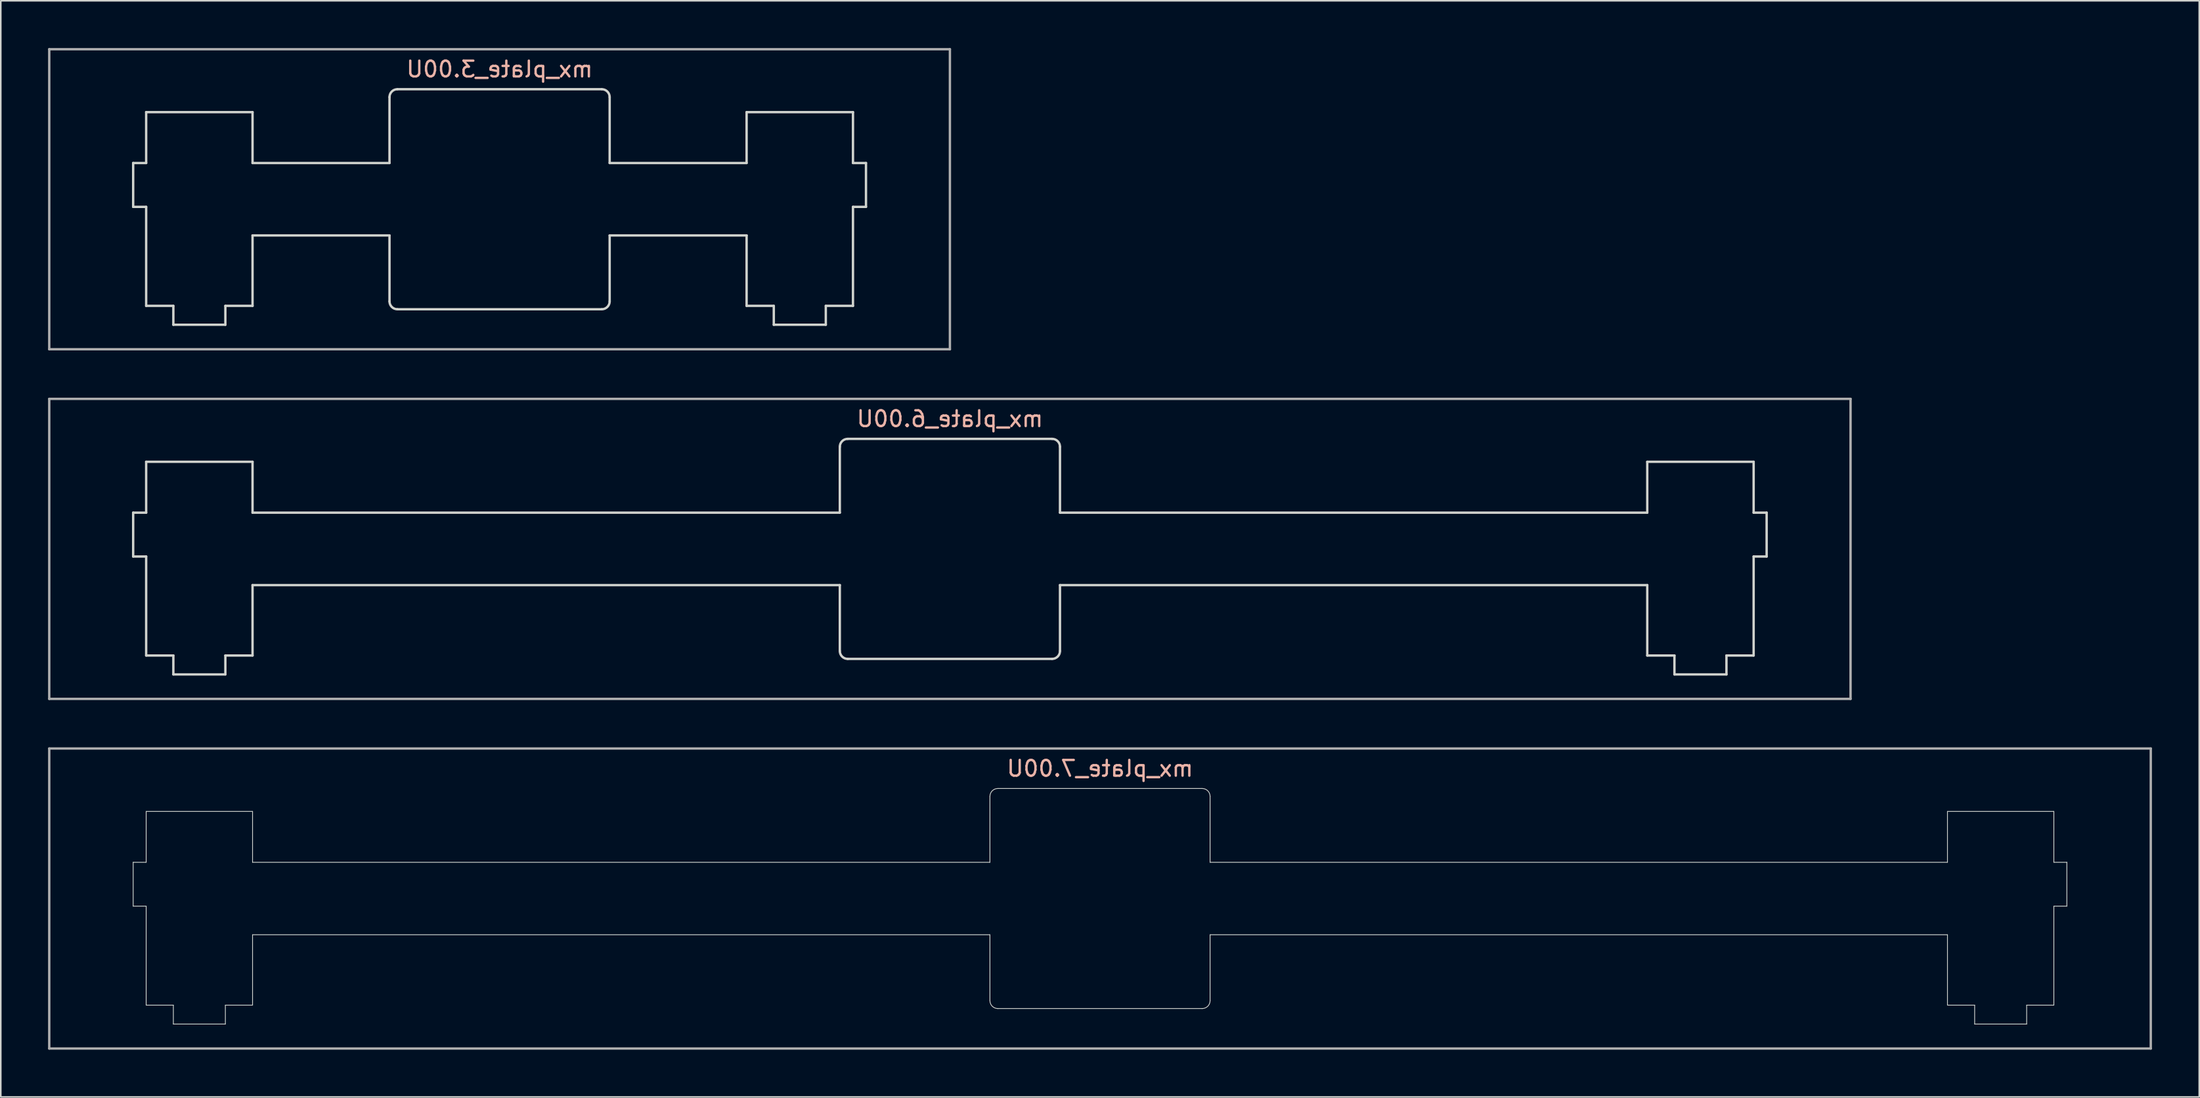
<source format=kicad_pcb>
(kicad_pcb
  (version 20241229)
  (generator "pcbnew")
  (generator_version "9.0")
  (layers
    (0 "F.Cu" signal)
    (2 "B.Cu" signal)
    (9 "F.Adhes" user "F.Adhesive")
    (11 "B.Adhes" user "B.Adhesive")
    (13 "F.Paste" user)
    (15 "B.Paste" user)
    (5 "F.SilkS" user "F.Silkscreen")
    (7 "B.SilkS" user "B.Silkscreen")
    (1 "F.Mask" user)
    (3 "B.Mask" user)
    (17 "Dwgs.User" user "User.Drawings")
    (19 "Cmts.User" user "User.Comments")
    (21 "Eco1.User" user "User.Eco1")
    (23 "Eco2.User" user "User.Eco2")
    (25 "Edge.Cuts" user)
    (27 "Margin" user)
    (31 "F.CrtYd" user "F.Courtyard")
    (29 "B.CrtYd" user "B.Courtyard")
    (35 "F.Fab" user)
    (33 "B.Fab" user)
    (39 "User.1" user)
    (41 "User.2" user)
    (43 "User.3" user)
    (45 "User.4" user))
  (footprint "mx_plate_7.00U"
    (layer "F.Cu")
    (at 66.75 54)
    (property "Reference" "mx_plate_7.00U" (at 0 -8.255 0) (layer "B.SilkS") (effects (font (size 1 1) (thickness 0.15)) (justify mirror)))
    (attr smd)
    (fp_line (start -61.35 -2.3) (end -61.35 0.485) (stroke (width 0.05) (type solid)) (layer "Edge.Cuts"))
    (fp_line (start -61.35 -2.3) (end -60.525 -2.3) (stroke (width 0.05) (type solid)) (layer "Edge.Cuts"))
    (fp_line (start -61.35 0.485) (end -60.525 0.485) (stroke (width 0.05) (type solid)) (layer "Edge.Cuts"))
    (fp_line (start -60.525 -5.53) (end -60.525 -2.3) (stroke (width 0.05) (type solid)) (layer "Edge.Cuts"))
    (fp_line (start -60.525 -5.53) (end -53.775 -5.53) (stroke (width 0.05) (type solid)) (layer "Edge.Cuts"))
    (fp_line (start -60.525 0.485) (end -60.525 6.77) (stroke (width 0.05) (type solid)) (layer "Edge.Cuts"))
    (fp_line (start -60.525 6.77) (end -58.8 6.77) (stroke (width 0.05) (type solid)) (layer "Edge.Cuts"))
    (fp_line (start -58.8 6.77) (end -58.8 7.97) (stroke (width 0.05) (type solid)) (layer "Edge.Cuts"))
    (fp_line (start -58.8 7.97) (end -55.5 7.97) (stroke (width 0.05) (type solid)) (layer "Edge.Cuts"))
    (fp_line (start -55.5 6.77) (end -55.5 7.97) (stroke (width 0.05) (type solid)) (layer "Edge.Cuts"))
    (fp_line (start -55.5 6.77) (end -53.775 6.77) (stroke (width 0.05) (type solid)) (layer "Edge.Cuts"))
    (fp_line (start -53.775 -5.53) (end -53.775 -2.3) (stroke (width 0.05) (type solid)) (layer "Edge.Cuts"))
    (fp_line (start -53.775 -2.3) (end -6.985 -2.3) (stroke (width 0.05) (type solid)) (layer "Edge.Cuts"))
    (fp_line (start -53.775 2.3) (end -53.775 6.77) (stroke (width 0.05) (type solid)) (layer "Edge.Cuts"))
    (fp_line (start -53.775 2.3) (end -6.985 2.3) (stroke (width 0.05) (type solid)) (layer "Edge.Cuts"))
    (fp_line (start -6.985 -6.485) (end -6.985 -2.3) (stroke (width 0.05) (type solid)) (layer "Edge.Cuts"))
    (fp_line (start -6.985 2.3) (end -6.985 6.485) (stroke (width 0.05) (type solid)) (layer "Edge.Cuts"))
    (fp_line (start -6.485 6.985) (end 6.485 6.985) (stroke (width 0.05) (type solid)) (layer "Edge.Cuts"))
    (fp_line (start 6.485 -6.985) (end -6.485 -6.985) (stroke (width 0.05) (type solid)) (layer "Edge.Cuts"))
    (fp_line (start 6.985 -6.485) (end 6.985 -2.3) (stroke (width 0.05) (type solid)) (layer "Edge.Cuts"))
    (fp_line (start 6.985 -2.3) (end 53.775 -2.3) (stroke (width 0.05) (type solid)) (layer "Edge.Cuts"))
    (fp_line (start 6.985 2.3) (end 6.985 6.485) (stroke (width 0.05) (type solid)) (layer "Edge.Cuts"))
    (fp_line (start 6.985 2.3) (end 53.775 2.3) (stroke (width 0.05) (type solid)) (layer "Edge.Cuts"))
    (fp_line (start 53.775 -5.53) (end 53.775 -2.3) (stroke (width 0.05) (type solid)) (layer "Edge.Cuts"))
    (fp_line (start 53.775 -5.53) (end 60.525 -5.53) (stroke (width 0.05) (type solid)) (layer "Edge.Cuts"))
    (fp_line (start 53.775 2.3) (end 53.775 6.77) (stroke (width 0.05) (type solid)) (layer "Edge.Cuts"))
    (fp_line (start 53.775 6.77) (end 55.5 6.77) (stroke (width 0.05) (type solid)) (layer "Edge.Cuts"))
    (fp_line (start 55.5 6.77) (end 55.5 7.97) (stroke (width 0.05) (type solid)) (layer "Edge.Cuts"))
    (fp_line (start 55.5 7.97) (end 58.8 7.97) (stroke (width 0.05) (type solid)) (layer "Edge.Cuts"))
    (fp_line (start 58.8 6.77) (end 58.8 7.97) (stroke (width 0.05) (type solid)) (layer "Edge.Cuts"))
    (fp_line (start 58.8 6.77) (end 60.525 6.77) (stroke (width 0.05) (type solid)) (layer "Edge.Cuts"))
    (fp_line (start 60.525 -5.53) (end 60.525 -2.3) (stroke (width 0.05) (type solid)) (layer "Edge.Cuts"))
    (fp_line (start 60.525 0.485) (end 60.525 6.77) (stroke (width 0.05) (type solid)) (layer "Edge.Cuts"))
    (fp_line (start 61.35 -2.3) (end 60.525 -2.3) (stroke (width 0.05) (type solid)) (layer "Edge.Cuts"))
    (fp_line (start 61.35 0.485) (end 60.525 0.485) (stroke (width 0.05) (type solid)) (layer "Edge.Cuts"))
    (fp_line (start 61.35 0.485) (end 61.35 -2.3) (stroke (width 0.05) (type solid)) (layer "Edge.Cuts"))
    (fp_arc (start -6.985 -6.485) (mid -6.838553 -6.838553) (end -6.485 -6.985) (stroke (width 0.05) (type solid)) (layer "Edge.Cuts"))
    (fp_arc (start -6.485 6.985) (mid -6.838553 6.838553) (end -6.985 6.485) (stroke (width 0.05) (type solid)) (layer "Edge.Cuts"))
    (fp_arc (start 6.485 -6.985) (mid 6.838553 -6.838553) (end 6.985 -6.485) (stroke (width 0.05) (type solid)) (layer "Edge.Cuts"))
    (fp_arc (start 6.985 6.485) (mid 6.838553 6.838553) (end 6.485 6.985) (stroke (width 0.05) (type solid)) (layer "Edge.Cuts"))
    (fp_line (start -66.675 -9.525) (end 66.675 -9.525) (stroke (width 0.15) (type solid)) (layer "F.Fab"))
    (fp_line (start -66.675 9.525) (end -66.675 -9.525) (stroke (width 0.15) (type solid)) (layer "F.Fab"))
    (fp_line (start 66.675 -9.525) (end 66.675 9.525) (stroke (width 0.15) (type solid)) (layer "F.Fab"))
    (fp_line (start 66.675 9.525) (end -66.675 9.525) (stroke (width 0.15) (type solid)) (layer "F.Fab")))
  (footprint "mx_plate_3.00U"
    (layer "F.Cu")
    (at 28.65 9.6)
    (property "Reference" "mx_plate_3.00U" (at 0 -8.255 0) (layer "B.SilkS") (effects (font (size 1 1) (thickness 0.15)) (justify mirror)))
    (attr smd)
    (fp_line (start -23.25 -2.3) (end -23.25 0.485) (stroke (width 0.15) (type solid)) (layer "Edge.Cuts"))
    (fp_line (start -23.25 -2.3) (end -22.425 -2.3) (stroke (width 0.15) (type solid)) (layer "Edge.Cuts"))
    (fp_line (start -23.25 0.485) (end -22.425 0.485) (stroke (width 0.15) (type solid)) (layer "Edge.Cuts"))
    (fp_line (start -22.425 -5.53) (end -22.425 -2.3) (stroke (width 0.15) (type solid)) (layer "Edge.Cuts"))
    (fp_line (start -22.425 -5.53) (end -15.675 -5.53) (stroke (width 0.15) (type solid)) (layer "Edge.Cuts"))
    (fp_line (start -22.425 0.485) (end -22.425 6.77) (stroke (width 0.15) (type solid)) (layer "Edge.Cuts"))
    (fp_line (start -22.425 6.77) (end -20.7 6.77) (stroke (width 0.15) (type solid)) (layer "Edge.Cuts"))
    (fp_line (start -20.7 6.77) (end -20.7 7.97) (stroke (width 0.15) (type solid)) (layer "Edge.Cuts"))
    (fp_line (start -20.7 7.97) (end -17.4 7.97) (stroke (width 0.15) (type solid)) (layer "Edge.Cuts"))
    (fp_line (start -17.4 6.77) (end -17.4 7.97) (stroke (width 0.15) (type solid)) (layer "Edge.Cuts"))
    (fp_line (start -17.4 6.77) (end -15.675 6.77) (stroke (width 0.15) (type solid)) (layer "Edge.Cuts"))
    (fp_line (start -15.675 -5.53) (end -15.675 -2.3) (stroke (width 0.15) (type solid)) (layer "Edge.Cuts"))
    (fp_line (start -15.675 -2.3) (end -6.985 -2.3) (stroke (width 0.15) (type solid)) (layer "Edge.Cuts"))
    (fp_line (start -15.675 2.3) (end -15.675 6.77) (stroke (width 0.15) (type solid)) (layer "Edge.Cuts"))
    (fp_line (start -15.675 2.3) (end -6.985 2.3) (stroke (width 0.15) (type solid)) (layer "Edge.Cuts"))
    (fp_line (start -6.985 -6.485) (end -6.985 -2.3) (stroke (width 0.15) (type solid)) (layer "Edge.Cuts"))
    (fp_line (start -6.985 2.3) (end -6.985 6.485) (stroke (width 0.15) (type solid)) (layer "Edge.Cuts"))
    (fp_line (start -6.485 6.985) (end 6.485 6.985) (stroke (width 0.15) (type solid)) (layer "Edge.Cuts"))
    (fp_line (start 6.485 -6.985) (end -6.485 -6.985) (stroke (width 0.15) (type solid)) (layer "Edge.Cuts"))
    (fp_line (start 6.985 -6.485) (end 6.985 -2.3) (stroke (width 0.15) (type solid)) (layer "Edge.Cuts"))
    (fp_line (start 6.985 -2.3) (end 15.675 -2.3) (stroke (width 0.15) (type solid)) (layer "Edge.Cuts"))
    (fp_line (start 6.985 2.3) (end 6.985 6.485) (stroke (width 0.15) (type solid)) (layer "Edge.Cuts"))
    (fp_line (start 6.985 2.3) (end 15.675 2.3) (stroke (width 0.15) (type solid)) (layer "Edge.Cuts"))
    (fp_line (start 15.675 -5.53) (end 15.675 -2.3) (stroke (width 0.15) (type solid)) (layer "Edge.Cuts"))
    (fp_line (start 15.675 -5.53) (end 22.425 -5.53) (stroke (width 0.15) (type solid)) (layer "Edge.Cuts"))
    (fp_line (start 15.675 2.3) (end 15.675 6.77) (stroke (width 0.15) (type solid)) (layer "Edge.Cuts"))
    (fp_line (start 15.675 6.77) (end 17.4 6.77) (stroke (width 0.15) (type solid)) (layer "Edge.Cuts"))
    (fp_line (start 17.4 6.77) (end 17.4 7.97) (stroke (width 0.15) (type solid)) (layer "Edge.Cuts"))
    (fp_line (start 17.4 7.97) (end 20.7 7.97) (stroke (width 0.15) (type solid)) (layer "Edge.Cuts"))
    (fp_line (start 20.7 6.77) (end 20.7 7.97) (stroke (width 0.15) (type solid)) (layer "Edge.Cuts"))
    (fp_line (start 20.7 6.77) (end 22.425 6.77) (stroke (width 0.15) (type solid)) (layer "Edge.Cuts"))
    (fp_line (start 22.425 -5.53) (end 22.425 -2.3) (stroke (width 0.15) (type solid)) (layer "Edge.Cuts"))
    (fp_line (start 22.425 0.485) (end 22.425 6.77) (stroke (width 0.15) (type solid)) (layer "Edge.Cuts"))
    (fp_line (start 23.25 -2.3) (end 22.425 -2.3) (stroke (width 0.15) (type solid)) (layer "Edge.Cuts"))
    (fp_line (start 23.25 0.485) (end 22.425 0.485) (stroke (width 0.15) (type solid)) (layer "Edge.Cuts"))
    (fp_line (start 23.25 0.485) (end 23.25 -2.3) (stroke (width 0.15) (type solid)) (layer "Edge.Cuts"))
    (fp_arc (start -6.985 -6.485) (mid -6.838553 -6.838553) (end -6.485 -6.985) (stroke (width 0.15) (type solid)) (layer "Edge.Cuts"))
    (fp_arc (start -6.485 6.985) (mid -6.838553 6.838553) (end -6.985 6.485) (stroke (width 0.15) (type solid)) (layer "Edge.Cuts"))
    (fp_arc (start 6.485 -6.985) (mid 6.838553 -6.838553) (end 6.985 -6.485) (stroke (width 0.15) (type solid)) (layer "Edge.Cuts"))
    (fp_arc (start 6.985 6.485) (mid 6.838553 6.838553) (end 6.485 6.985) (stroke (width 0.15) (type solid)) (layer "Edge.Cuts"))
    (fp_line (start -28.575 -9.525) (end 28.575 -9.525) (stroke (width 0.15) (type solid)) (layer "F.Fab"))
    (fp_line (start -28.575 9.525) (end -28.575 -9.525) (stroke (width 0.15) (type solid)) (layer "F.Fab"))
    (fp_line (start 28.575 -9.525) (end 28.575 9.525) (stroke (width 0.15) (type solid)) (layer "F.Fab"))
    (fp_line (start 28.575 9.525) (end -28.575 9.525) (stroke (width 0.15) (type solid)) (layer "F.Fab")))
  (footprint "mx_plate_6.00U"
    (layer "F.Cu")
    (at 57.225 31.8)
    (property "Reference" "mx_plate_6.00U" (at 0 -8.255 0) (layer "B.SilkS") (effects (font (size 1 1) (thickness 0.15)) (justify mirror)))
    (attr smd)
    (fp_line (start -51.825 -2.3) (end -51.825 0.485) (stroke (width 0.15) (type solid)) (layer "Edge.Cuts"))
    (fp_line (start -51.825 -2.3) (end -51 -2.3) (stroke (width 0.15) (type solid)) (layer "Edge.Cuts"))
    (fp_line (start -51.825 0.485) (end -51 0.485) (stroke (width 0.15) (type solid)) (layer "Edge.Cuts"))
    (fp_line (start -51 -5.53) (end -51 -2.3) (stroke (width 0.15) (type solid)) (layer "Edge.Cuts"))
    (fp_line (start -51 -5.53) (end -44.25 -5.53) (stroke (width 0.15) (type solid)) (layer "Edge.Cuts"))
    (fp_line (start -51 0.485) (end -51 6.77) (stroke (width 0.15) (type solid)) (layer "Edge.Cuts"))
    (fp_line (start -51 6.77) (end -49.275 6.77) (stroke (width 0.15) (type solid)) (layer "Edge.Cuts"))
    (fp_line (start -49.275 6.77) (end -49.275 7.97) (stroke (width 0.15) (type solid)) (layer "Edge.Cuts"))
    (fp_line (start -49.275 7.97) (end -45.975 7.97) (stroke (width 0.15) (type solid)) (layer "Edge.Cuts"))
    (fp_line (start -45.975 6.77) (end -45.975 7.97) (stroke (width 0.15) (type solid)) (layer "Edge.Cuts"))
    (fp_line (start -45.975 6.77) (end -44.25 6.77) (stroke (width 0.15) (type solid)) (layer "Edge.Cuts"))
    (fp_line (start -44.25 -5.53) (end -44.25 -2.3) (stroke (width 0.15) (type solid)) (layer "Edge.Cuts"))
    (fp_line (start -44.25 -2.3) (end -6.985 -2.3) (stroke (width 0.15) (type solid)) (layer "Edge.Cuts"))
    (fp_line (start -44.25 2.3) (end -44.25 6.77) (stroke (width 0.15) (type solid)) (layer "Edge.Cuts"))
    (fp_line (start -44.25 2.3) (end -6.985 2.3) (stroke (width 0.15) (type solid)) (layer "Edge.Cuts"))
    (fp_line (start -6.985 -6.485) (end -6.985 -2.3) (stroke (width 0.15) (type solid)) (layer "Edge.Cuts"))
    (fp_line (start -6.985 2.3) (end -6.985 6.485) (stroke (width 0.15) (type solid)) (layer "Edge.Cuts"))
    (fp_line (start -6.485 6.985) (end 6.485 6.985) (stroke (width 0.15) (type solid)) (layer "Edge.Cuts"))
    (fp_line (start 6.485 -6.985) (end -6.485 -6.985) (stroke (width 0.15) (type solid)) (layer "Edge.Cuts"))
    (fp_line (start 6.985 -6.485) (end 6.985 -2.3) (stroke (width 0.15) (type solid)) (layer "Edge.Cuts"))
    (fp_line (start 6.985 -2.3) (end 44.25 -2.3) (stroke (width 0.15) (type solid)) (layer "Edge.Cuts"))
    (fp_line (start 6.985 2.3) (end 6.985 6.485) (stroke (width 0.15) (type solid)) (layer "Edge.Cuts"))
    (fp_line (start 6.985 2.3) (end 44.25 2.3) (stroke (width 0.15) (type solid)) (layer "Edge.Cuts"))
    (fp_line (start 44.25 -5.53) (end 44.25 -2.3) (stroke (width 0.15) (type solid)) (layer "Edge.Cuts"))
    (fp_line (start 44.25 -5.53) (end 51 -5.53) (stroke (width 0.15) (type solid)) (layer "Edge.Cuts"))
    (fp_line (start 44.25 2.3) (end 44.25 6.77) (stroke (width 0.15) (type solid)) (layer "Edge.Cuts"))
    (fp_line (start 44.25 6.77) (end 45.975 6.77) (stroke (width 0.15) (type solid)) (layer "Edge.Cuts"))
    (fp_line (start 45.975 6.77) (end 45.975 7.97) (stroke (width 0.15) (type solid)) (layer "Edge.Cuts"))
    (fp_line (start 45.975 7.97) (end 49.275 7.97) (stroke (width 0.15) (type solid)) (layer "Edge.Cuts"))
    (fp_line (start 49.275 6.77) (end 49.275 7.97) (stroke (width 0.15) (type solid)) (layer "Edge.Cuts"))
    (fp_line (start 49.275 6.77) (end 51 6.77) (stroke (width 0.15) (type solid)) (layer "Edge.Cuts"))
    (fp_line (start 51 -5.53) (end 51 -2.3) (stroke (width 0.15) (type solid)) (layer "Edge.Cuts"))
    (fp_line (start 51 0.485) (end 51 6.77) (stroke (width 0.15) (type solid)) (layer "Edge.Cuts"))
    (fp_line (start 51.825 -2.3) (end 51 -2.3) (stroke (width 0.15) (type solid)) (layer "Edge.Cuts"))
    (fp_line (start 51.825 0.485) (end 51 0.485) (stroke (width 0.15) (type solid)) (layer "Edge.Cuts"))
    (fp_line (start 51.825 0.485) (end 51.825 -2.3) (stroke (width 0.15) (type solid)) (layer "Edge.Cuts"))
    (fp_arc (start -6.985 -6.485) (mid -6.838553 -6.838553) (end -6.485 -6.985) (stroke (width 0.15) (type solid)) (layer "Edge.Cuts"))
    (fp_arc (start -6.485 6.985) (mid -6.838553 6.838553) (end -6.985 6.485) (stroke (width 0.15) (type solid)) (layer "Edge.Cuts"))
    (fp_arc (start 6.485 -6.985) (mid 6.838553 -6.838553) (end 6.985 -6.485) (stroke (width 0.15) (type solid)) (layer "Edge.Cuts"))
    (fp_arc (start 6.985 6.485) (mid 6.838553 6.838553) (end 6.485 6.985) (stroke (width 0.15) (type solid)) (layer "Edge.Cuts"))
    (fp_line (start -57.15 -9.525) (end 57.15 -9.525) (stroke (width 0.15) (type solid)) (layer "F.Fab"))
    (fp_line (start -57.15 9.525) (end -57.15 -9.525) (stroke (width 0.15) (type solid)) (layer "F.Fab"))
    (fp_line (start 57.15 -9.525) (end 57.15 9.525) (stroke (width 0.15) (type solid)) (layer "F.Fab"))
    (fp_line (start 57.15 9.525) (end -57.15 9.525) (stroke (width 0.15) (type solid)) (layer "F.Fab")))
  (gr_rect
    (start -3 -3)
    (end 136.5 66.6)
    (stroke (width 0.1) (type default))
    (fill no)
    (layer "Edge.Cuts")))
</source>
